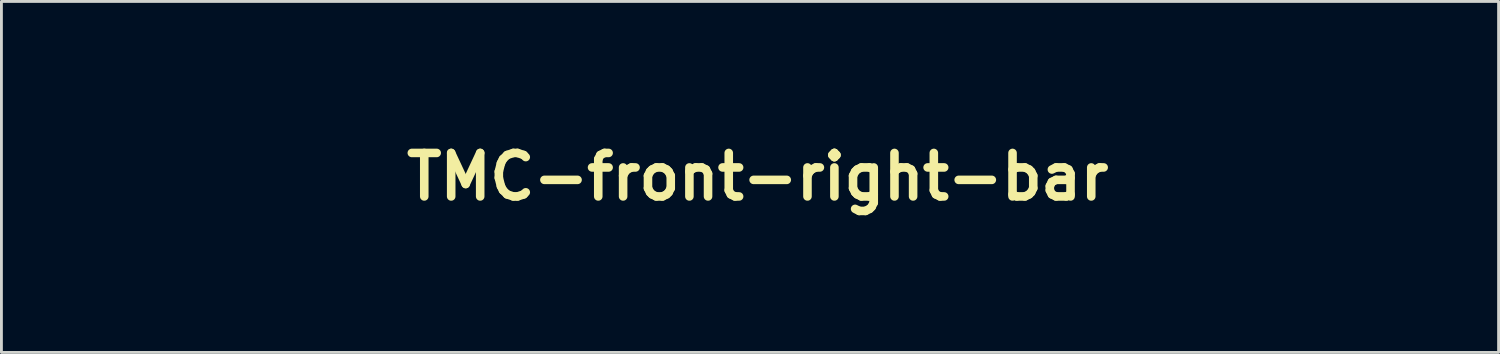
<source format=kicad_pcb>
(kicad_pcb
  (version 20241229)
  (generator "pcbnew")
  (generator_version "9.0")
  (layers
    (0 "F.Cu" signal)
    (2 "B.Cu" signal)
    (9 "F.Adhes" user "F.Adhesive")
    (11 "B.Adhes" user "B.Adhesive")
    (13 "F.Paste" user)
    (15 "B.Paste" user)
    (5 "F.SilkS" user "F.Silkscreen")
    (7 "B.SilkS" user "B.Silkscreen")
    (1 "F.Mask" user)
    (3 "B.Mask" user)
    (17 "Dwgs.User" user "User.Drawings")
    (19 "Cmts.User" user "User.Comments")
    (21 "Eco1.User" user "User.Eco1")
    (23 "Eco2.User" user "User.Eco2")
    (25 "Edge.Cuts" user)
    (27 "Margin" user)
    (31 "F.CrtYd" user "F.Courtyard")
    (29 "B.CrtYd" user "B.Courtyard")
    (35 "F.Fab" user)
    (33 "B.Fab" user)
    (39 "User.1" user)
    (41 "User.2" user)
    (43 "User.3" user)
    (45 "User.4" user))
  (footprint "TMC-front-right-bar"
    (layer "F.Cu")
    (at 23.498 3.143)
    (property "Reference" "TMC-front-right-bar" (at 0 0 0) (layer "F.SilkS") (effects (font (size 1.524 1.524) (thickness 0.3))))
    (attr through_hole)
    (fp_poly (pts (xy 16.122 1.952) (xy 15.87 1.952) (xy 15.87 -0.21) (xy 16.122 -0.21) (xy 16.122 1.952)) (stroke (width 0.01) (type solid)) (fill no) (layer "Eco1.User"))
    (fp_poly (pts (xy 21.538 1.952) (xy 21.286 1.952) (xy 21.286 -0.21) (xy 21.538 -0.21) (xy 21.538 1.952)) (stroke (width 0.01) (type solid)) (fill no) (layer "Eco1.User"))
    (fp_poly (pts (xy 14.232 0.042) (xy 13.876 0.042) (xy 13.876 1.952) (xy 13.624 1.952) (xy 13.624 0.044) (xy 13.44 0.038) (xy 13.256 0.031) (xy 13.25 -0.089) (xy 13.244 -0.21) (xy 14.232 -0.21) (xy 14.232 0.042)) (stroke (width 0.01) (type solid)) (fill no) (layer "Eco1.User"))
    (fp_poly (pts (xy 17.654 1.954) (xy 17.535 1.948) (xy 17.416 1.942) (xy 17.152 1.232) (xy 16.888 0.522) (xy 16.882 1.237) (xy 16.877 1.952) (xy 16.604 1.952) (xy 16.61 0.876) (xy 16.615 -0.199) (xy 16.724 -0.206) (xy 16.789 -0.208) (xy 16.826 -0.2) (xy 16.849 -0.177) (xy 16.862 -0.153) (xy 16.876 -0.12) (xy 16.903 -0.052) (xy 16.941 0.044) (xy 16.987 0.165) (xy 17.04 0.305) (xy 17.099 0.459) (xy 17.141 0.573) (xy 17.392 1.241) (xy 17.403 -0.21) (xy 17.654 -0.21) (xy 17.654 1.954)) (stroke (width 0.01) (type solid)) (fill no) (layer "Eco1.User"))
    (fp_poly (pts (xy 21.507 2.604) (xy 21.522 2.613) (xy 21.532 2.637) (xy 21.537 2.684) (xy 21.54 2.76) (xy 21.542 2.829) (xy 21.548 3.054) (xy 21.627 3.061) (xy 21.681 3.07) (xy 21.703 3.091) (xy 21.705 3.108) (xy 21.7 3.131) (xy 21.679 3.143) (xy 21.631 3.148) (xy 21.583 3.149) (xy 21.515 3.147) (xy 21.464 3.141) (xy 21.447 3.135) (xy 21.441 3.11) (xy 21.437 3.051) (xy 21.434 2.967) (xy 21.433 2.868) (xy 21.433 2.862) (xy 21.433 2.603) (xy 21.484 2.603) (xy 21.507 2.604)) (stroke (width 0.01) (type solid)) (fill no) (layer "Eco1.User"))
    (fp_poly (pts (xy 18.12 -1.564) (xy 18.176 -1.536) (xy 18.257 -1.493) (xy 18.358 -1.437) (xy 18.475 -1.372) (xy 18.563 -1.322) (xy 19.006 -1.071) (xy 18.106 -1.071) (xy 17.917 -1.071) (xy 17.741 -1.071) (xy 17.584 -1.072) (xy 17.449 -1.073) (xy 17.341 -1.074) (xy 17.264 -1.076) (xy 17.222 -1.077) (xy 17.215 -1.078) (xy 17.241 -1.095) (xy 17.296 -1.128) (xy 17.375 -1.174) (xy 17.471 -1.229) (xy 17.577 -1.289) (xy 17.687 -1.352) (xy 17.796 -1.413) (xy 17.897 -1.469) (xy 17.983 -1.516) (xy 18.049 -1.551) (xy 18.088 -1.571) (xy 18.096 -1.574) (xy 18.12 -1.564)) (stroke (width 0.01) (type solid)) (fill no) (layer "Eco1.User"))
    (fp_poly (pts (xy 18.378 2.603) (xy 18.428 2.623) (xy 18.448 2.651) (xy 18.445 2.674) (xy 18.418 2.684) (xy 18.362 2.687) (xy 18.282 2.697) (xy 18.231 2.731) (xy 18.206 2.793) (xy 18.2 2.868) (xy 18.207 2.959) (xy 18.234 3.017) (xy 18.283 3.046) (xy 18.356 3.052) (xy 18.416 3.054) (xy 18.445 3.065) (xy 18.452 3.087) (xy 18.433 3.121) (xy 18.387 3.143) (xy 18.323 3.15) (xy 18.254 3.14) (xy 18.205 3.121) (xy 18.138 3.065) (xy 18.099 2.986) (xy 18.085 2.877) (xy 18.085 2.873) (xy 18.098 2.76) (xy 18.141 2.677) (xy 18.212 2.623) (xy 18.241 2.611) (xy 18.312 2.599) (xy 18.378 2.603)) (stroke (width 0.01) (type solid)) (fill no) (layer "Eco1.User"))
    (fp_poly (pts (xy 20.039 2.604) (xy 20.092 2.607) (xy 20.12 2.616) (xy 20.13 2.631) (xy 20.131 2.645) (xy 20.121 2.676) (xy 20.084 2.687) (xy 20.069 2.687) (xy 20.007 2.687) (xy 20.001 2.912) (xy 19.997 3.015) (xy 19.991 3.083) (xy 19.983 3.123) (xy 19.97 3.141) (xy 19.962 3.144) (xy 19.925 3.141) (xy 19.915 3.135) (xy 19.909 3.11) (xy 19.904 3.051) (xy 19.901 2.97) (xy 19.9 2.904) (xy 19.9 2.687) (xy 19.837 2.687) (xy 19.791 2.68) (xy 19.775 2.656) (xy 19.774 2.645) (xy 19.778 2.625) (xy 19.793 2.612) (xy 19.829 2.606) (xy 19.893 2.603) (xy 19.953 2.603) (xy 20.039 2.604)) (stroke (width 0.01) (type solid)) (fill no) (layer "Eco1.User"))
    (fp_poly (pts (xy 16.022 2.604) (xy 16.078 2.607) (xy 16.108 2.615) (xy 16.12 2.628) (xy 16.122 2.645) (xy 16.113 2.674) (xy 16.081 2.686) (xy 16.048 2.687) (xy 15.975 2.687) (xy 15.975 2.918) (xy 15.974 3.019) (xy 15.972 3.086) (xy 15.966 3.125) (xy 15.956 3.143) (xy 15.94 3.149) (xy 15.936 3.149) (xy 15.896 3.142) (xy 15.884 3.135) (xy 15.878 3.109) (xy 15.873 3.051) (xy 15.87 2.97) (xy 15.87 2.904) (xy 15.87 2.687) (xy 15.807 2.687) (xy 15.761 2.68) (xy 15.744 2.656) (xy 15.744 2.645) (xy 15.747 2.625) (xy 15.762 2.613) (xy 15.796 2.606) (xy 15.858 2.603) (xy 15.933 2.603) (xy 16.022 2.604)) (stroke (width 0.01) (type solid)) (fill no) (layer "Eco1.User"))
    (fp_poly (pts (xy 18.04 -2.703) (xy 18.044 -2.652) (xy 18.048 -2.569) (xy 18.051 -2.461) (xy 18.052 -2.331) (xy 18.053 -2.21) (xy 18.053 -1.683) (xy 17.607 -1.426) (xy 17.482 -1.354) (xy 17.37 -1.289) (xy 17.274 -1.234) (xy 17.2 -1.192) (xy 17.153 -1.165) (xy 17.14 -1.157) (xy 17.134 -1.164) (xy 17.15 -1.195) (xy 17.152 -1.197) (xy 17.17 -1.227) (xy 17.206 -1.288) (xy 17.258 -1.377) (xy 17.323 -1.49) (xy 17.4 -1.623) (xy 17.485 -1.771) (xy 17.576 -1.929) (xy 17.601 -1.973) (xy 17.693 -2.133) (xy 17.779 -2.281) (xy 17.856 -2.414) (xy 17.922 -2.528) (xy 17.975 -2.619) (xy 18.013 -2.682) (xy 18.033 -2.714) (xy 18.035 -2.717) (xy 18.04 -2.703)) (stroke (width 0.01) (type solid)) (fill no) (layer "Eco1.User"))
    (fp_poly (pts (xy 18.178 -2.687) (xy 18.209 -2.635) (xy 18.256 -2.555) (xy 18.316 -2.45) (xy 18.389 -2.325) (xy 18.47 -2.185) (xy 18.558 -2.032) (xy 18.568 -2.015) (xy 18.659 -1.857) (xy 18.745 -1.707) (xy 18.824 -1.57) (xy 18.893 -1.451) (xy 18.949 -1.353) (xy 18.99 -1.283) (xy 19.013 -1.244) (xy 19.013 -1.244) (xy 19.041 -1.193) (xy 19.056 -1.161) (xy 19.057 -1.155) (xy 19.038 -1.165) (xy 18.987 -1.194) (xy 18.91 -1.238) (xy 18.812 -1.294) (xy 18.697 -1.359) (xy 18.605 -1.412) (xy 18.16 -1.669) (xy 18.159 -2.192) (xy 18.159 -2.334) (xy 18.159 -2.462) (xy 18.161 -2.568) (xy 18.162 -2.647) (xy 18.164 -2.695) (xy 18.166 -2.706) (xy 18.178 -2.687)) (stroke (width 0.01) (type solid)) (fill no) (layer "Eco1.User"))
    (fp_poly (pts (xy 17.378 2.609) (xy 17.406 2.633) (xy 17.439 2.682) (xy 17.48 2.755) (xy 17.56 2.907) (xy 17.566 2.755) (xy 17.57 2.677) (xy 17.576 2.631) (xy 17.588 2.61) (xy 17.609 2.603) (xy 17.623 2.603) (xy 17.675 2.603) (xy 17.675 3.149) (xy 17.625 3.149) (xy 17.596 3.142) (xy 17.568 3.118) (xy 17.536 3.07) (xy 17.493 2.991) (xy 17.413 2.834) (xy 17.402 2.986) (xy 17.395 3.065) (xy 17.387 3.112) (xy 17.373 3.135) (xy 17.35 3.144) (xy 17.344 3.145) (xy 17.325 3.146) (xy 17.312 3.14) (xy 17.304 3.119) (xy 17.299 3.078) (xy 17.298 3.008) (xy 17.297 2.905) (xy 17.297 2.877) (xy 17.297 2.603) (xy 17.349 2.603) (xy 17.378 2.609)) (stroke (width 0.01) (type solid)) (fill no) (layer "Eco1.User"))
    (fp_poly (pts (xy 17.196 -1.542) (xy 17.208 -1.521) (xy 17.199 -1.48) (xy 17.168 -1.413) (xy 17.115 -1.318) (xy 17.087 -1.269) (xy 17.034 -1.176) (xy 16.989 -1.094) (xy 16.957 -1.032) (xy 16.942 -0.996) (xy 16.941 -0.992) (xy 16.951 -0.981) (xy 16.986 -0.974) (xy 17.051 -0.969) (xy 17.149 -0.966) (xy 17.256 -0.966) (xy 17.571 -0.966) (xy 17.539 -0.904) (xy 17.471 -0.815) (xy 17.376 -0.749) (xy 17.263 -0.709) (xy 17.144 -0.697) (xy 17.027 -0.719) (xy 16.993 -0.732) (xy 16.887 -0.801) (xy 16.813 -0.89) (xy 16.768 -0.993) (xy 16.752 -1.104) (xy 16.765 -1.215) (xy 16.804 -1.32) (xy 16.87 -1.413) (xy 16.961 -1.486) (xy 17.076 -1.533) (xy 17.108 -1.54) (xy 17.162 -1.547) (xy 17.196 -1.542)) (stroke (width 0.01) (type solid)) (fill no) (layer "Eco1.User"))
    (fp_poly (pts (xy 19.077 -1.545) (xy 19.148 -1.523) (xy 19.223 -1.488) (xy 19.294 -1.444) (xy 19.349 -1.394) (xy 19.361 -1.38) (xy 19.427 -1.26) (xy 19.454 -1.137) (xy 19.442 -1.015) (xy 19.392 -0.9) (xy 19.32 -0.815) (xy 19.21 -0.737) (xy 19.09 -0.7) (xy 18.963 -0.703) (xy 18.833 -0.747) (xy 18.749 -0.801) (xy 18.683 -0.863) (xy 18.671 -0.879) (xy 18.619 -0.955) (xy 18.939 -0.966) (xy 19.066 -0.971) (xy 19.156 -0.976) (xy 19.214 -0.983) (xy 19.245 -0.991) (xy 19.254 -1.002) (xy 19.254 -1.004) (xy 19.242 -1.032) (xy 19.213 -1.088) (xy 19.171 -1.166) (xy 19.12 -1.256) (xy 19.111 -1.271) (xy 19.061 -1.362) (xy 19.021 -1.44) (xy 18.995 -1.499) (xy 18.987 -1.53) (xy 18.987 -1.533) (xy 19.02 -1.549) (xy 19.077 -1.545)) (stroke (width 0.01) (type solid)) (fill no) (layer "Eco1.User"))
    (fp_poly (pts (xy 19.879 0.331) (xy 19.932 0.476) (xy 19.982 0.611) (xy 20.025 0.73) (xy 20.061 0.826) (xy 20.087 0.896) (xy 20.1 0.931) (xy 20.1 0.931) (xy 20.106 0.945) (xy 20.113 0.954) (xy 20.12 0.954) (xy 20.13 0.943) (xy 20.144 0.917) (xy 20.163 0.874) (xy 20.188 0.81) (xy 20.221 0.723) (xy 20.263 0.609) (xy 20.315 0.465) (xy 20.378 0.288) (xy 20.454 0.076) (xy 20.471 0.026) (xy 20.555 -0.21) (xy 20.803 -0.21) (xy 20.803 1.952) (xy 20.53 1.952) (xy 20.525 1.214) (xy 20.519 0.475) (xy 20.359 0.946) (xy 20.2 1.417) (xy 20.118 1.423) (xy 20.037 1.429) (xy 19.879 0.966) (xy 19.722 0.504) (xy 19.711 1.952) (xy 19.438 1.952) (xy 19.438 -0.21) (xy 19.683 -0.21) (xy 19.879 0.331)) (stroke (width 0.01) (type solid)) (fill no) (layer "Eco1.User"))
    (fp_poly (pts (xy 19.265 2.607) (xy 19.298 2.617) (xy 19.329 2.644) (xy 19.365 2.695) (xy 19.406 2.766) (xy 19.491 2.919) (xy 19.497 2.761) (xy 19.501 2.681) (xy 19.507 2.634) (xy 19.518 2.611) (xy 19.538 2.604) (xy 19.555 2.603) (xy 19.608 2.603) (xy 19.602 2.871) (xy 19.599 2.981) (xy 19.595 3.056) (xy 19.59 3.103) (xy 19.581 3.129) (xy 19.568 3.141) (xy 19.551 3.145) (xy 19.524 3.141) (xy 19.497 3.119) (xy 19.463 3.072) (xy 19.416 2.993) (xy 19.414 2.99) (xy 19.323 2.83) (xy 19.317 2.989) (xy 19.312 3.071) (xy 19.305 3.12) (xy 19.293 3.143) (xy 19.274 3.149) (xy 19.273 3.149) (xy 19.233 3.142) (xy 19.221 3.135) (xy 19.216 3.11) (xy 19.212 3.051) (xy 19.209 2.967) (xy 19.207 2.868) (xy 19.207 2.86) (xy 19.207 2.6) (xy 19.265 2.607)) (stroke (width 0.01) (type solid)) (fill no) (layer "Eco1.User"))
    (fp_poly (pts (xy 16.981 2.617) (xy 17.048 2.668) (xy 17.09 2.75) (xy 17.106 2.859) (xy 17.103 2.924) (xy 17.09 2.999) (xy 17.063 3.052) (xy 17.027 3.09) (xy 16.946 3.14) (xy 16.865 3.149) (xy 16.784 3.116) (xy 16.739 3.077) (xy 16.697 3.031) (xy 16.676 2.988) (xy 16.668 2.932) (xy 16.667 2.887) (xy 16.674 2.823) (xy 16.776 2.823) (xy 16.777 2.897) (xy 16.794 2.987) (xy 16.825 3.042) (xy 16.873 3.064) (xy 16.888 3.065) (xy 16.938 3.051) (xy 16.962 3.033) (xy 16.984 2.983) (xy 16.996 2.91) (xy 16.996 2.831) (xy 16.984 2.766) (xy 16.977 2.75) (xy 16.933 2.704) (xy 16.894 2.691) (xy 16.836 2.702) (xy 16.796 2.747) (xy 16.776 2.823) (xy 16.674 2.823) (xy 16.68 2.766) (xy 16.718 2.677) (xy 16.781 2.622) (xy 16.87 2.599) (xy 16.891 2.599) (xy 16.981 2.617)) (stroke (width 0.01) (type solid)) (fill no) (layer "Eco1.User"))
    (fp_poly (pts (xy 21.123 2.616) (xy 21.187 2.653) (xy 21.226 2.72) (xy 21.242 2.819) (xy 21.244 2.863) (xy 21.237 2.969) (xy 21.215 3.044) (xy 21.175 3.094) (xy 21.141 3.116) (xy 21.045 3.145) (xy 20.95 3.133) (xy 20.935 3.128) (xy 20.875 3.082) (xy 20.831 3.002) (xy 20.813 2.935) (xy 20.811 2.879) (xy 20.918 2.879) (xy 20.922 2.925) (xy 20.949 3.004) (xy 20.991 3.05) (xy 21.042 3.061) (xy 21.097 3.033) (xy 21.1 3.03) (xy 21.123 2.987) (xy 21.137 2.919) (xy 21.14 2.841) (xy 21.131 2.768) (xy 21.117 2.728) (xy 21.079 2.695) (xy 21.023 2.688) (xy 20.976 2.704) (xy 20.947 2.743) (xy 20.926 2.806) (xy 20.918 2.879) (xy 20.811 2.879) (xy 20.81 2.817) (xy 20.847 2.712) (xy 20.88 2.665) (xy 20.921 2.625) (xy 20.966 2.607) (xy 21.03 2.604) (xy 21.123 2.616)) (stroke (width 0.01) (type solid)) (fill no) (layer "Eco1.User"))
    (fp_poly (pts (xy 15.485 2.608) (xy 15.536 2.641) (xy 15.56 2.665) (xy 15.592 2.706) (xy 15.609 2.747) (xy 15.616 2.804) (xy 15.617 2.871) (xy 15.613 2.965) (xy 15.598 3.027) (xy 15.581 3.057) (xy 15.505 3.121) (xy 15.416 3.146) (xy 15.319 3.131) (xy 15.309 3.128) (xy 15.247 3.081) (xy 15.207 3.001) (xy 15.191 2.895) (xy 15.191 2.89) (xy 15.193 2.859) (xy 15.287 2.859) (xy 15.295 2.944) (xy 15.321 3.013) (xy 15.337 3.033) (xy 15.39 3.062) (xy 15.447 3.05) (xy 15.475 3.03) (xy 15.499 2.985) (xy 15.512 2.915) (xy 15.514 2.838) (xy 15.503 2.767) (xy 15.48 2.72) (xy 15.48 2.72) (xy 15.431 2.693) (xy 15.374 2.69) (xy 15.33 2.711) (xy 15.328 2.713) (xy 15.298 2.777) (xy 15.287 2.859) (xy 15.193 2.859) (xy 15.2 2.769) (xy 15.234 2.681) (xy 15.294 2.625) (xy 15.379 2.601) (xy 15.417 2.599) (xy 15.485 2.608)) (stroke (width 0.01) (type solid)) (fill no) (layer "Eco1.User"))
    (fp_poly (pts (xy 16.461 2.605) (xy 16.503 2.613) (xy 16.519 2.627) (xy 16.52 2.634) (xy 16.503 2.66) (xy 16.479 2.666) (xy 16.459 2.669) (xy 16.447 2.683) (xy 16.44 2.716) (xy 16.437 2.776) (xy 16.437 2.865) (xy 16.437 2.958) (xy 16.44 3.017) (xy 16.447 3.049) (xy 16.46 3.062) (xy 16.479 3.065) (xy 16.514 3.08) (xy 16.52 3.107) (xy 16.516 3.129) (xy 16.497 3.142) (xy 16.454 3.148) (xy 16.384 3.149) (xy 16.31 3.147) (xy 16.269 3.142) (xy 16.251 3.128) (xy 16.248 3.107) (xy 16.262 3.072) (xy 16.29 3.065) (xy 16.309 3.062) (xy 16.321 3.048) (xy 16.328 3.014) (xy 16.331 2.954) (xy 16.332 2.865) (xy 16.331 2.773) (xy 16.328 2.714) (xy 16.321 2.682) (xy 16.308 2.669) (xy 16.29 2.666) (xy 16.255 2.653) (xy 16.248 2.634) (xy 16.257 2.617) (xy 16.289 2.607) (xy 16.353 2.603) (xy 16.384 2.603) (xy 16.461 2.605)) (stroke (width 0.01) (type solid)) (fill no) (layer "Eco1.User"))
    (fp_poly (pts (xy 18.817 2.599) (xy 18.885 2.608) (xy 18.937 2.641) (xy 18.961 2.665) (xy 18.993 2.706) (xy 19.01 2.747) (xy 19.017 2.805) (xy 19.018 2.871) (xy 19.015 2.956) (xy 19.004 3.013) (xy 18.982 3.057) (xy 18.971 3.071) (xy 18.905 3.123) (xy 18.821 3.144) (xy 18.734 3.131) (xy 18.69 3.109) (xy 18.635 3.052) (xy 18.601 2.968) (xy 18.591 2.867) (xy 18.592 2.861) (xy 18.703 2.861) (xy 18.709 2.939) (xy 18.724 3.002) (xy 18.738 3.026) (xy 18.791 3.061) (xy 18.844 3.054) (xy 18.877 3.028) (xy 18.904 2.974) (xy 18.917 2.899) (xy 18.916 2.819) (xy 18.9 2.752) (xy 18.881 2.72) (xy 18.83 2.692) (xy 18.775 2.691) (xy 18.732 2.718) (xy 18.725 2.728) (xy 18.709 2.785) (xy 18.703 2.861) (xy 18.592 2.861) (xy 18.599 2.798) (xy 18.626 2.701) (xy 18.666 2.64) (xy 18.727 2.608) (xy 18.813 2.599) (xy 18.817 2.599)) (stroke (width 0.01) (type solid)) (fill no) (layer "Eco1.User"))
    (fp_poly (pts (xy 18.178 -3.136) (xy 18.236 -3.125) (xy 18.287 -3.102) (xy 18.329 -3.074) (xy 18.428 -2.982) (xy 18.493 -2.87) (xy 18.52 -2.744) (xy 18.521 -2.721) (xy 18.513 -2.64) (xy 18.491 -2.561) (xy 18.462 -2.498) (xy 18.435 -2.469) (xy 18.42 -2.483) (xy 18.388 -2.527) (xy 18.344 -2.596) (xy 18.292 -2.684) (xy 18.265 -2.73) (xy 18.21 -2.825) (xy 18.162 -2.903) (xy 18.124 -2.96) (xy 18.101 -2.99) (xy 18.096 -2.992) (xy 18.08 -2.971) (xy 18.048 -2.921) (xy 18.003 -2.847) (xy 17.95 -2.758) (xy 17.927 -2.719) (xy 17.873 -2.626) (xy 17.826 -2.547) (xy 17.79 -2.49) (xy 17.77 -2.459) (xy 17.767 -2.456) (xy 17.752 -2.472) (xy 17.725 -2.509) (xy 17.724 -2.512) (xy 17.7 -2.568) (xy 17.684 -2.649) (xy 17.679 -2.695) (xy 17.69 -2.83) (xy 17.738 -2.947) (xy 17.824 -3.046) (xy 17.862 -3.075) (xy 17.917 -3.11) (xy 17.968 -3.129) (xy 18.032 -3.137) (xy 18.095 -3.138) (xy 18.178 -3.136)) (stroke (width 0.01) (type solid)) (fill no) (layer "Eco1.User"))
    (fp_poly (pts (xy 20.446 2.607) (xy 20.523 2.614) (xy 20.584 2.626) (xy 20.618 2.64) (xy 20.618 2.64) (xy 20.64 2.689) (xy 20.642 2.754) (xy 20.624 2.82) (xy 20.598 2.859) (xy 20.554 2.904) (xy 20.605 3.004) (xy 20.64 3.079) (xy 20.653 3.123) (xy 20.644 3.143) (xy 20.614 3.146) (xy 20.609 3.145) (xy 20.562 3.118) (xy 20.513 3.049) (xy 20.507 3.038) (xy 20.463 2.959) (xy 20.433 2.918) (xy 20.415 2.914) (xy 20.406 2.946) (xy 20.404 3.015) (xy 20.404 3.019) (xy 20.403 3.09) (xy 20.397 3.129) (xy 20.383 3.145) (xy 20.356 3.149) (xy 20.351 3.149) (xy 20.299 3.149) (xy 20.299 2.75) (xy 20.404 2.75) (xy 20.41 2.795) (xy 20.434 2.812) (xy 20.454 2.813) (xy 20.504 2.8) (xy 20.53 2.781) (xy 20.542 2.742) (xy 20.521 2.708) (xy 20.474 2.688) (xy 20.454 2.687) (xy 20.418 2.694) (xy 20.405 2.725) (xy 20.404 2.75) (xy 20.299 2.75) (xy 20.299 2.598) (xy 20.446 2.607)) (stroke (width 0.01) (type solid)) (fill no) (layer "Eco1.User"))
    (fp_poly (pts (xy 15.004 2.871) (xy 15.002 2.981) (xy 14.998 3.056) (xy 14.993 3.103) (xy 14.984 3.129) (xy 14.971 3.141) (xy 14.952 3.145) (xy 14.929 3.146) (xy 14.915 3.134) (xy 14.907 3.102) (xy 14.902 3.041) (xy 14.9 2.987) (xy 14.894 2.823) (xy 14.858 2.902) (xy 14.818 2.962) (xy 14.775 2.981) (xy 14.729 2.957) (xy 14.695 2.914) (xy 14.654 2.847) (xy 14.648 2.993) (xy 14.643 3.07) (xy 14.636 3.114) (xy 14.622 3.136) (xy 14.598 3.144) (xy 14.595 3.145) (xy 14.575 3.146) (xy 14.562 3.14) (xy 14.554 3.119) (xy 14.549 3.078) (xy 14.548 3.008) (xy 14.547 2.905) (xy 14.547 2.877) (xy 14.548 2.766) (xy 14.549 2.689) (xy 14.553 2.642) (xy 14.56 2.616) (xy 14.573 2.605) (xy 14.591 2.603) (xy 14.595 2.603) (xy 14.626 2.611) (xy 14.656 2.642) (xy 14.692 2.701) (xy 14.709 2.734) (xy 14.775 2.865) (xy 14.832 2.734) (xy 14.865 2.664) (xy 14.891 2.624) (xy 14.917 2.607) (xy 14.95 2.603) (xy 15.01 2.603) (xy 15.004 2.871)) (stroke (width 0.01) (type solid)) (fill no) (layer "Eco1.User"))
    (fp_poly (pts (xy 14.783 -0.206) (xy 14.931 -0.2) (xy 15.044 -0.19) (xy 15.13 -0.176) (xy 15.196 -0.154) (xy 15.248 -0.123) (xy 15.296 -0.08) (xy 15.318 -0.056) (xy 15.368 0.012) (xy 15.403 0.09) (xy 15.425 0.186) (xy 15.436 0.309) (xy 15.438 0.432) (xy 15.437 0.538) (xy 15.433 0.614) (xy 15.423 0.671) (xy 15.407 0.723) (xy 15.381 0.779) (xy 15.38 0.783) (xy 15.333 0.862) (xy 15.282 0.921) (xy 15.26 0.938) (xy 15.218 0.966) (xy 15.198 0.985) (xy 15.198 0.986) (xy 15.204 1.009) (xy 15.222 1.065) (xy 15.25 1.15) (xy 15.285 1.258) (xy 15.327 1.383) (xy 15.355 1.469) (xy 15.4 1.602) (xy 15.439 1.721) (xy 15.472 1.82) (xy 15.496 1.894) (xy 15.51 1.937) (xy 15.513 1.946) (xy 15.494 1.949) (xy 15.444 1.951) (xy 15.377 1.952) (xy 15.242 1.952) (xy 15.103 1.517) (xy 15.062 1.388) (xy 15.025 1.271) (xy 14.994 1.174) (xy 14.971 1.102) (xy 14.958 1.061) (xy 14.956 1.055) (xy 14.929 1.038) (xy 14.866 1.029) (xy 14.831 1.029) (xy 14.715 1.029) (xy 14.715 1.952) (xy 14.463 1.952) (xy 14.463 0.042) (xy 14.715 0.042) (xy 14.715 0.798) (xy 14.863 0.798) (xy 14.962 0.792) (xy 15.041 0.778) (xy 15.071 0.767) (xy 15.124 0.722) (xy 15.16 0.649) (xy 15.18 0.543) (xy 15.186 0.402) (xy 15.186 0.399) (xy 15.177 0.261) (xy 15.152 0.159) (xy 15.109 0.091) (xy 15.073 0.064) (xy 15.033 0.053) (xy 14.965 0.045) (xy 14.883 0.042) (xy 14.874 0.042) (xy 14.715 0.042) (xy 14.463 0.042) (xy 14.463 -0.215) (xy 14.783 -0.206)) (stroke (width 0.01) (type solid)) (fill no) (layer "Eco1.User"))
    (fp_poly (pts (xy 22.575 -0.212) (xy 22.7 -0.164) (xy 22.801 -0.082) (xy 22.877 0.03) (xy 22.925 0.17) (xy 22.935 0.228) (xy 22.949 0.336) (xy 22.697 0.336) (xy 22.683 0.242) (xy 22.652 0.14) (xy 22.597 0.067) (xy 22.528 0.022) (xy 22.45 0.009) (xy 22.372 0.027) (xy 22.301 0.078) (xy 22.245 0.162) (xy 22.232 0.193) (xy 22.221 0.224) (xy 22.213 0.26) (xy 22.207 0.308) (xy 22.203 0.371) (xy 22.201 0.456) (xy 22.199 0.567) (xy 22.199 0.71) (xy 22.199 0.871) (xy 22.199 1.051) (xy 22.2 1.194) (xy 22.202 1.306) (xy 22.205 1.392) (xy 22.21 1.456) (xy 22.216 1.505) (xy 22.225 1.544) (xy 22.236 1.577) (xy 22.237 1.578) (xy 22.285 1.667) (xy 22.35 1.721) (xy 22.438 1.742) (xy 22.461 1.742) (xy 22.538 1.731) (xy 22.596 1.693) (xy 22.597 1.693) (xy 22.636 1.636) (xy 22.67 1.558) (xy 22.69 1.48) (xy 22.692 1.454) (xy 22.709 1.437) (xy 22.763 1.429) (xy 22.821 1.427) (xy 22.95 1.427) (xy 22.938 1.531) (xy 22.902 1.672) (xy 22.835 1.79) (xy 22.741 1.882) (xy 22.627 1.944) (xy 22.497 1.974) (xy 22.357 1.967) (xy 22.264 1.942) (xy 22.166 1.888) (xy 22.077 1.805) (xy 22.009 1.706) (xy 21.988 1.655) (xy 21.963 1.555) (xy 21.944 1.421) (xy 21.929 1.261) (xy 21.92 1.081) (xy 21.916 0.889) (xy 21.919 0.694) (xy 21.927 0.501) (xy 21.937 0.378) (xy 21.949 0.261) (xy 21.966 0.173) (xy 21.989 0.1) (xy 22.015 0.042) (xy 22.096 -0.075) (xy 22.202 -0.16) (xy 22.328 -0.211) (xy 22.467 -0.226) (xy 22.575 -0.212)) (stroke (width 0.01) (type solid)) (fill no) (layer "Eco1.User"))
    (fp_poly (pts (xy 18.624 -0.208) (xy 18.669 -0.205) (xy 18.683 -0.201) (xy 18.687 -0.179) (xy 18.7 -0.12) (xy 18.721 -0.028) (xy 18.749 0.093) (xy 18.782 0.24) (xy 18.821 0.408) (xy 18.863 0.594) (xy 18.909 0.793) (xy 18.924 0.859) (xy 18.971 1.063) (xy 19.015 1.254) (xy 19.054 1.43) (xy 19.09 1.585) (xy 19.119 1.716) (xy 19.142 1.82) (xy 19.158 1.892) (xy 19.165 1.927) (xy 19.165 1.931) (xy 19.146 1.942) (xy 19.094 1.95) (xy 19.031 1.952) (xy 18.897 1.952) (xy 18.849 1.7) (xy 18.8 1.447) (xy 18.548 1.453) (xy 18.296 1.459) (xy 18.269 1.595) (xy 18.25 1.689) (xy 18.231 1.786) (xy 18.219 1.842) (xy 18.197 1.952) (xy 18.06 1.952) (xy 17.987 1.951) (xy 17.948 1.946) (xy 17.933 1.934) (xy 17.935 1.915) (xy 17.942 1.888) (xy 17.958 1.824) (xy 17.98 1.727) (xy 18.01 1.602) (xy 18.045 1.452) (xy 18.084 1.282) (xy 18.105 1.192) (xy 18.354 1.192) (xy 18.361 1.206) (xy 18.385 1.214) (xy 18.435 1.217) (xy 18.518 1.218) (xy 18.546 1.218) (xy 18.641 1.216) (xy 18.702 1.212) (xy 18.734 1.204) (xy 18.745 1.19) (xy 18.746 1.186) (xy 18.742 1.159) (xy 18.73 1.097) (xy 18.714 1.01) (xy 18.693 0.904) (xy 18.669 0.787) (xy 18.645 0.667) (xy 18.621 0.551) (xy 18.599 0.447) (xy 18.58 0.362) (xy 18.567 0.304) (xy 18.565 0.294) (xy 18.557 0.291) (xy 18.543 0.325) (xy 18.523 0.396) (xy 18.498 0.507) (xy 18.465 0.658) (xy 18.46 0.682) (xy 18.433 0.816) (xy 18.407 0.937) (xy 18.386 1.04) (xy 18.369 1.118) (xy 18.359 1.164) (xy 18.358 1.17) (xy 18.354 1.192) (xy 18.105 1.192) (xy 18.127 1.095) (xy 18.173 0.896) (xy 18.179 0.871) (xy 18.225 0.671) (xy 18.269 0.482) (xy 18.309 0.31) (xy 18.344 0.157) (xy 18.374 0.029) (xy 18.398 -0.072) (xy 18.414 -0.14) (xy 18.422 -0.172) (xy 18.422 -0.173) (xy 18.437 -0.195) (xy 18.472 -0.206) (xy 18.536 -0.21) (xy 18.558 -0.21) (xy 18.624 -0.208)) (stroke (width 0.01) (type solid)) (fill no) (layer "Eco1.User"))
    (fp_poly (pts (xy -23.246 0.105) (xy -23.174 0.107) (xy -23.061 0.109) (xy -22.911 0.113) (xy -22.723 0.117) (xy -22.5 0.122) (xy -22.241 0.128) (xy -21.949 0.135) (xy -21.625 0.142) (xy -21.27 0.15) (xy -20.884 0.159) (xy -20.47 0.169) (xy -20.028 0.179) (xy -19.56 0.19) (xy -19.066 0.202) (xy -18.549 0.214) (xy -18.009 0.227) (xy -17.447 0.24) (xy -16.865 0.254) (xy -16.264 0.268) (xy -15.645 0.282) (xy -15.009 0.297) (xy -14.357 0.313) (xy -13.691 0.328) (xy -13.012 0.344) (xy -12.321 0.361) (xy -11.619 0.377) (xy -10.907 0.394) (xy -10.188 0.411) (xy -9.46 0.428) (xy -8.727 0.446) (xy -7.99 0.463) (xy -7.248 0.481) (xy -6.504 0.498) (xy -5.76 0.516) (xy -5.015 0.534) (xy -4.271 0.551) (xy -3.53 0.569) (xy -2.792 0.587) (xy -2.059 0.604) (xy -1.332 0.621) (xy -0.613 0.638) (xy 0.099 0.655) (xy 0.8 0.672) (xy 1.491 0.688) (xy 2.17 0.705) (xy 2.835 0.721) (xy 3.486 0.736) (xy 4.122 0.751) (xy 4.741 0.766) (xy 5.341 0.78) (xy 5.923 0.794) (xy 6.484 0.808) (xy 7.023 0.821) (xy 7.54 0.833) (xy 8.033 0.845) (xy 8.5 0.856) (xy 8.941 0.867) (xy 9.354 0.877) (xy 9.739 0.886) (xy 10.094 0.895) (xy 10.417 0.903) (xy 10.708 0.91) (xy 10.965 0.916) (xy 11.188 0.922) (xy 11.374 0.926) (xy 11.524 0.93) (xy 11.634 0.933) (xy 11.706 0.935) (xy 11.73 0.936) (xy 12.134 0.949) (xy 12.123 1.795) (xy 7.599 1.903) (xy 7.143 1.914) (xy 6.686 1.925) (xy 6.231 1.936) (xy 5.779 1.946) (xy 5.334 1.957) (xy 4.899 1.967) (xy 4.477 1.977) (xy 4.07 1.987) (xy 3.681 1.996) (xy 3.313 2.005) (xy 2.97 2.013) (xy 2.652 2.021) (xy 2.364 2.028) (xy 2.109 2.034) (xy 1.888 2.039) (xy 1.706 2.044) (xy 1.637 2.045) (xy 1.366 2.052) (xy 1.06 2.059) (xy 0.729 2.067) (xy 0.379 2.075) (xy 0.018 2.084) (xy -0.345 2.093) (xy -0.703 2.101) (xy -1.048 2.109) (xy -1.372 2.117) (xy -1.501 2.12) (xy -1.81 2.128) (xy -2.14 2.136) (xy -2.484 2.144) (xy -2.834 2.153) (xy -3.184 2.161) (xy -3.525 2.169) (xy -3.851 2.177) (xy -4.153 2.184) (xy -4.424 2.191) (xy -4.545 2.193) (xy -4.731 2.198) (xy -4.956 2.203) (xy -5.215 2.209) (xy -5.504 2.216) (xy -5.819 2.224) (xy -6.157 2.232) (xy -6.513 2.24) (xy -6.884 2.249) (xy -7.266 2.258) (xy -7.655 2.268) (xy -8.047 2.277) (xy -8.438 2.286) (xy -8.824 2.296) (xy -8.953 2.299) (xy -9.369 2.309) (xy -9.813 2.319) (xy -10.278 2.33) (xy -10.758 2.342) (xy -11.248 2.353) (xy -11.741 2.365) (xy -12.232 2.377) (xy -12.714 2.388) (xy -13.182 2.4) (xy -13.629 2.41) (xy -14.05 2.42) (xy -14.439 2.429) (xy -14.663 2.435) (xy -15.023 2.443) (xy -15.391 2.452) (xy -15.764 2.461) (xy -16.135 2.47) (xy -16.502 2.479) (xy -16.859 2.487) (xy -17.202 2.495) (xy -17.527 2.503) (xy -17.829 2.51) (xy -18.103 2.517) (xy -18.346 2.523) (xy -18.553 2.528) (xy -18.609 2.529) (xy -18.889 2.536) (xy -19.201 2.544) (xy -19.536 2.551) (xy -19.882 2.56) (xy -20.23 2.568) (xy -20.571 2.576) (xy -20.894 2.583) (xy -21.19 2.59) (xy -21.254 2.592) (xy -21.5 2.597) (xy -21.743 2.603) (xy -21.979 2.609) (xy -22.202 2.614) (xy -22.407 2.62) (xy -22.59 2.624) (xy -22.746 2.628) (xy -22.869 2.632) (xy -22.956 2.635) (xy -22.957 2.635) (xy -23.316 2.647) (xy -23.36 2.471) (xy -23.387 2.362) (xy -23.409 2.265) (xy -23.427 2.173) (xy -23.442 2.081) (xy -23.454 1.983) (xy -23.463 1.876) (xy -23.47 1.753) (xy -23.475 1.609) (xy -23.479 1.438) (xy -23.482 1.236) (xy -23.484 1.002) (xy -23.493 0.105) (xy -23.278 0.105) (xy -23.246 0.105)) (stroke (width 0.01) (type solid)) (fill no) (layer "Eco1.User")))
  (gr_rect
    (start -3 -3)
    (end 49.453 9.298)
    (stroke (width 0.1) (type default))
    (fill no)
    (layer "Edge.Cuts")))
</source>
